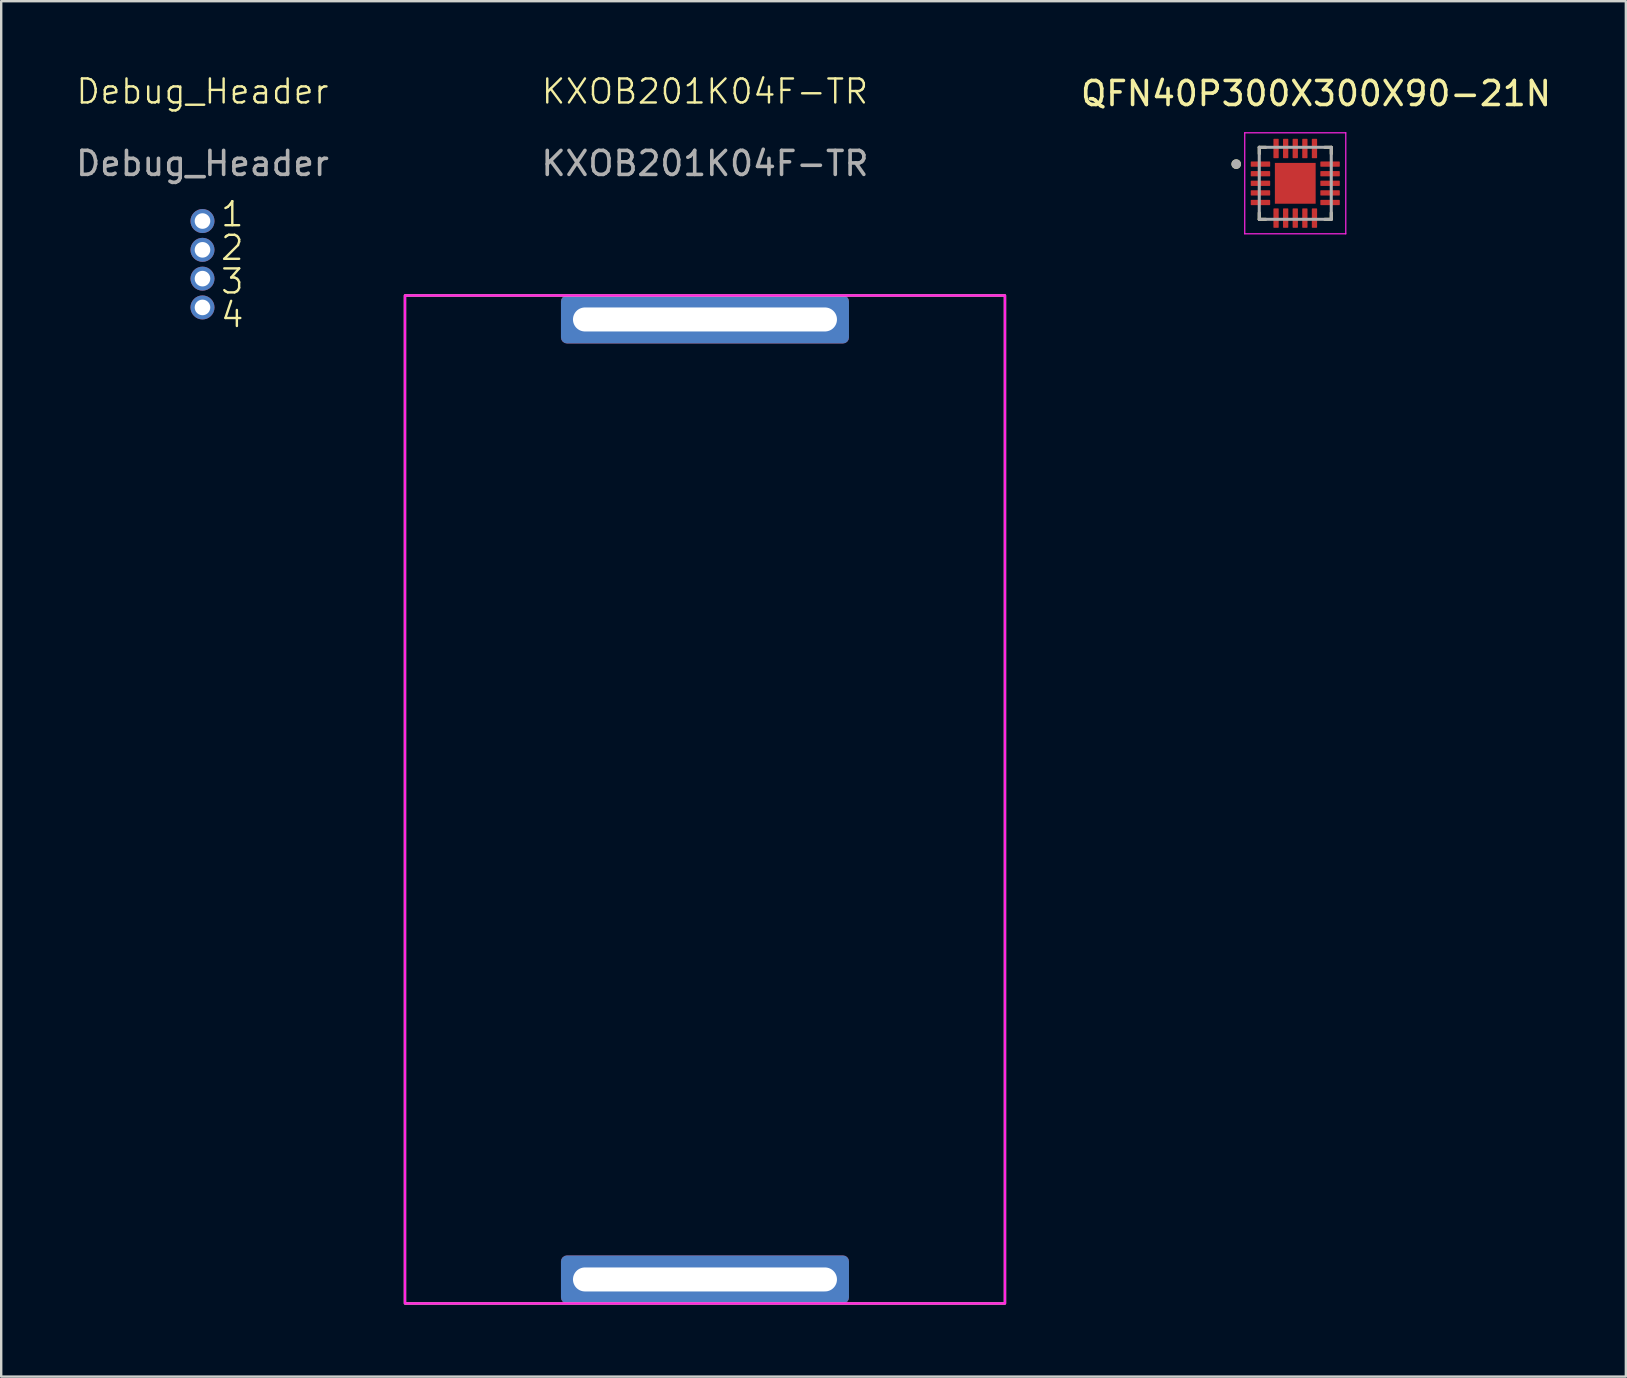
<source format=kicad_pcb>
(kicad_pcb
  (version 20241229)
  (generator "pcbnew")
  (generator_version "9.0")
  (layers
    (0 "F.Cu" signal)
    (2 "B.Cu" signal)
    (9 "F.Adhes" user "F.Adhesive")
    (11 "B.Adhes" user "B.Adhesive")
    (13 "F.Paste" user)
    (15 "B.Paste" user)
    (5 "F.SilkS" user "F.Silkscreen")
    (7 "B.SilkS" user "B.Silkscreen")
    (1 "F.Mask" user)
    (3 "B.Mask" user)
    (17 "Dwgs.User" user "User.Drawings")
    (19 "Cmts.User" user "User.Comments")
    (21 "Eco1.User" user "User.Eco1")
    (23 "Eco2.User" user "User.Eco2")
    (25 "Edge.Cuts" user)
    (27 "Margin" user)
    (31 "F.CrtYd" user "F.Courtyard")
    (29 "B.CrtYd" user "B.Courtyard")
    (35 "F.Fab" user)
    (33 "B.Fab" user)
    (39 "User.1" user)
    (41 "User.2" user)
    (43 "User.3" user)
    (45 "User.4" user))
  (footprint "QFN40P300X300X90-21N"
    (layer "F.Cu")
    (at 50.92 4.588)
    (property "Reference" "QFN40P300X300X90-21N" (at 0.865 -3.74 0) (layer "F.SilkS") (effects (font (size 1 1) (thickness 0.15))))
    (attr smd)
    (fp_line (start -1.5 -1.5) (end -1.5 -1.23) (stroke (width 0.127) (type solid)) (layer "F.SilkS"))
    (fp_line (start -1.5 -1.5) (end -1.23 -1.5) (stroke (width 0.127) (type solid)) (layer "F.SilkS"))
    (fp_line (start -1.5 1.5) (end -1.5 1.23) (stroke (width 0.127) (type solid)) (layer "F.SilkS"))
    (fp_line (start -1.5 1.5) (end -1.23 1.5) (stroke (width 0.127) (type solid)) (layer "F.SilkS"))
    (fp_line (start 1.5 -1.5) (end 1.23 -1.5) (stroke (width 0.127) (type solid)) (layer "F.SilkS"))
    (fp_line (start 1.5 -1.5) (end 1.5 -1.23) (stroke (width 0.127) (type solid)) (layer "F.SilkS"))
    (fp_line (start 1.5 1.5) (end 1.23 1.5) (stroke (width 0.127) (type solid)) (layer "F.SilkS"))
    (fp_line (start 1.5 1.5) (end 1.5 1.23) (stroke (width 0.127) (type solid)) (layer "F.SilkS"))
    (fp_circle (center -2.46 -0.8) (end -2.36 -0.8) (stroke (width 0.2) (type solid)) (fill no) (layer "F.SilkS"))
    (fp_poly (pts (xy -0.54 -0.54) (xy 0.54 -0.54) (xy 0.54 0.54) (xy -0.54 0.54)) (stroke (width 0.01) (type solid)) (fill yes) (layer "F.Paste"))
    (fp_line (start -2.105 -2.105) (end 2.105 -2.105) (stroke (width 0.05) (type solid)) (layer "F.CrtYd"))
    (fp_line (start -2.105 2.105) (end -2.105 -2.105) (stroke (width 0.05) (type solid)) (layer "F.CrtYd"))
    (fp_line (start -2.105 2.105) (end 2.105 2.105) (stroke (width 0.05) (type solid)) (layer "F.CrtYd"))
    (fp_line (start 2.105 2.105) (end 2.105 -2.105) (stroke (width 0.05) (type solid)) (layer "F.CrtYd"))
    (fp_line (start -1.5 1.5) (end -1.5 -1.5) (stroke (width 0.127) (type solid)) (layer "F.Fab"))
    (fp_line (start 1.5 -1.5) (end -1.5 -1.5) (stroke (width 0.127) (type solid)) (layer "F.Fab"))
    (fp_line (start 1.5 1.5) (end -1.5 1.5) (stroke (width 0.127) (type solid)) (layer "F.Fab"))
    (fp_line (start 1.5 1.5) (end 1.5 -1.5) (stroke (width 0.127) (type solid)) (layer "F.Fab"))
    (fp_circle (center -2.46 -0.8) (end -2.36 -0.8) (stroke (width 0.2) (type solid)) (fill no) (layer "F.Fab"))
    (pad "1" smd roundrect (at -1.45 -0.8) (size 0.81 0.22) (layers "F.Cu" "F.Mask" "F.Paste") (roundrect_rratio 0.125))
    (pad "2" smd roundrect (at -1.45 -0.4) (size 0.81 0.22) (layers "F.Cu" "F.Mask" "F.Paste") (roundrect_rratio 0.125))
    (pad "3" smd roundrect (at -1.45 0) (size 0.81 0.22) (layers "F.Cu" "F.Mask" "F.Paste") (roundrect_rratio 0.125))
    (pad "4" smd roundrect (at -1.45 0.4) (size 0.81 0.22) (layers "F.Cu" "F.Mask" "F.Paste") (roundrect_rratio 0.125))
    (pad "5" smd roundrect (at -1.45 0.8) (size 0.81 0.22) (layers "F.Cu" "F.Mask" "F.Paste") (roundrect_rratio 0.125))
    (pad "6" smd roundrect (at -0.8 1.45) (size 0.22 0.81) (layers "F.Cu" "F.Mask" "F.Paste") (roundrect_rratio 0.125))
    (pad "7" smd roundrect (at -0.4 1.45) (size 0.22 0.81) (layers "F.Cu" "F.Mask" "F.Paste") (roundrect_rratio 0.125))
    (pad "8" smd roundrect (at 0 1.45) (size 0.22 0.81) (layers "F.Cu" "F.Mask" "F.Paste") (roundrect_rratio 0.125))
    (pad "9" smd roundrect (at 0.4 1.45) (size 0.22 0.81) (layers "F.Cu" "F.Mask" "F.Paste") (roundrect_rratio 0.125))
    (pad "10" smd roundrect (at 0.8 1.45) (size 0.22 0.81) (layers "F.Cu" "F.Mask" "F.Paste") (roundrect_rratio 0.125))
    (pad "11" smd roundrect (at 1.45 0.8) (size 0.81 0.22) (layers "F.Cu" "F.Mask" "F.Paste") (roundrect_rratio 0.125))
    (pad "12" smd roundrect (at 1.45 0.4) (size 0.81 0.22) (layers "F.Cu" "F.Mask" "F.Paste") (roundrect_rratio 0.125))
    (pad "13" smd roundrect (at 1.45 0) (size 0.81 0.22) (layers "F.Cu" "F.Mask" "F.Paste") (roundrect_rratio 0.125))
    (pad "14" smd roundrect (at 1.45 -0.4) (size 0.81 0.22) (layers "F.Cu" "F.Mask" "F.Paste") (roundrect_rratio 0.125))
    (pad "15" smd roundrect (at 1.45 -0.8) (size 0.81 0.22) (layers "F.Cu" "F.Mask" "F.Paste") (roundrect_rratio 0.125))
    (pad "16" smd roundrect (at 0.8 -1.45) (size 0.22 0.81) (layers "F.Cu" "F.Mask" "F.Paste") (roundrect_rratio 0.125))
    (pad "17" smd roundrect (at 0.4 -1.45) (size 0.22 0.81) (layers "F.Cu" "F.Mask" "F.Paste") (roundrect_rratio 0.125))
    (pad "18" smd roundrect (at 0 -1.45) (size 0.22 0.81) (layers "F.Cu" "F.Mask" "F.Paste") (roundrect_rratio 0.125))
    (pad "19" smd roundrect (at -0.4 -1.45) (size 0.22 0.81) (layers "F.Cu" "F.Mask" "F.Paste") (roundrect_rratio 0.125))
    (pad "20" smd roundrect (at -0.8 -1.45) (size 0.22 0.81) (layers "F.Cu" "F.Mask" "F.Paste") (roundrect_rratio 0.125))
    (pad "21" smd rect (at 0 0) (size 1.7 1.7) (layers "F.Cu" "F.Mask")))
  (footprint "KXOB201K04F-TR"
    (layer "F.Cu")
    (at 26.324 30.261)
    (property "Reference" "KXOB201K04F-TR" (at 0 -29.5 0) (unlocked yes) (layer "F.SilkS") (effects (font (size 1 1) (thickness 0.1))))
    (attr through_hole)
    (fp_rect (start -12.5 -21) (end 12.5 21) (stroke (width 0.1) (type default)) (fill no) (layer "F.SilkS"))
    (fp_rect (start -12.5 -21) (end 12.5 21) (stroke (width 0.1) (type default)) (fill no) (layer "F.CrtYd"))
    (fp_text user "${REFERENCE}" (at 0 -26.5 0) (unlocked yes) (layer "F.Fab") (effects (font (size 1 1) (thickness 0.15))))
    (pad "1" thru_hole roundrect (at 0 -20) (size 12 2) (drill oval 11 1) (layers "*.Cu" "*.Mask") (roundrect_rratio 0.125))
    (pad "2" thru_hole roundrect (at 0 20) (size 12 2) (drill oval 11 1) (layers "*.Cu" "*.Mask") (roundrect_rratio 0.125)))
  (footprint "Debug_Header"
    (layer "F.Cu")
    (at 5.387 7.96)
    (property "Reference" "Debug_Header" (at 0 -7.2 0) (unlocked yes) (layer "F.SilkS") (effects (font (size 1 1) (thickness 0.1))))
    (attr through_hole)
    (fp_text user "2" (at 0.7 -0.1 0) (unlocked yes) (layer "F.SilkS") (effects (font (size 1 1) (thickness 0.1)) (justify left bottom)))
    (fp_text user "1" (at 0.7 -1.5 0) (unlocked yes) (layer "F.SilkS") (effects (font (size 1 1) (thickness 0.1)) (justify left bottom)))
    (fp_text user "3" (at 0.7 1.3 0) (unlocked yes) (layer "F.SilkS") (effects (font (size 1 1) (thickness 0.1)) (justify left bottom)))
    (fp_text user "4" (at 0.7 2.7 0) (unlocked yes) (layer "F.SilkS") (effects (font (size 1 1) (thickness 0.1)) (justify left bottom)))
    (fp_text user "${REFERENCE}" (at 0 -4.2 0) (unlocked yes) (layer "F.Fab") (effects (font (size 1 1) (thickness 0.15))))
    (pad "1" thru_hole circle (at 0 -1.8) (size 1 1) (drill 0.65) (layers "*.Cu" "*.Mask"))
    (pad "2" thru_hole circle (at 0 -0.6) (size 1 1) (drill 0.65) (layers "*.Cu" "*.Mask"))
    (pad "3" thru_hole circle (at 0 0.6) (size 1 1) (drill 0.65) (layers "*.Cu" "*.Mask"))
    (pad "4" thru_hole circle (at 0 1.8) (size 1 1) (drill 0.65) (layers "*.Cu" "*.Mask")))
  (gr_rect
    (start -3 -3)
    (end 64.695 54.31)
    (stroke (width 0.1) (type default))
    (fill no)
    (layer "Edge.Cuts")))
</source>
